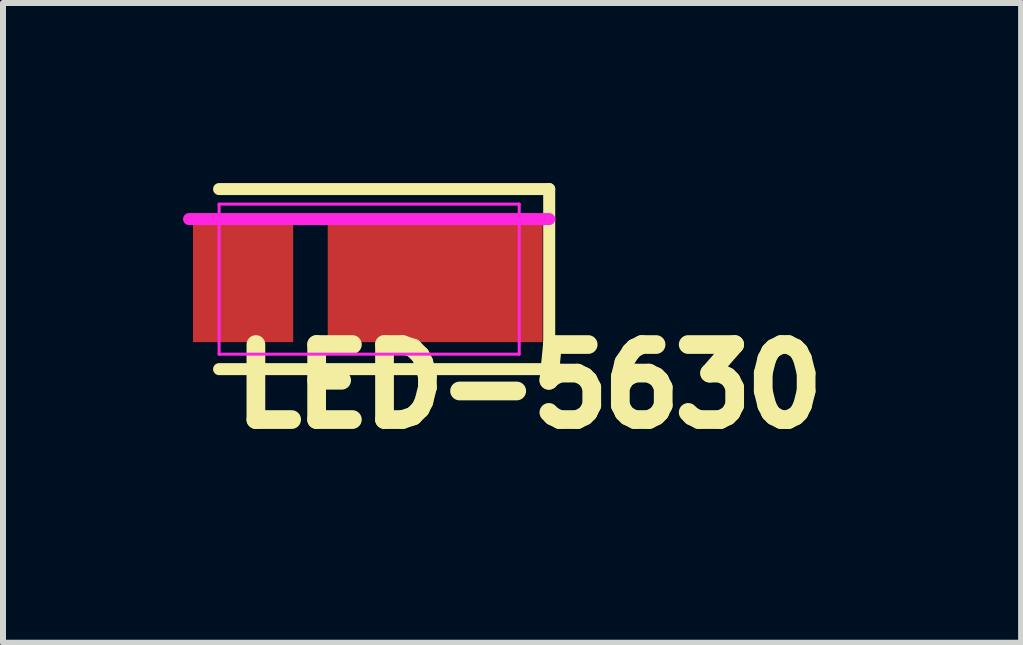
<source format=kicad_pcb>
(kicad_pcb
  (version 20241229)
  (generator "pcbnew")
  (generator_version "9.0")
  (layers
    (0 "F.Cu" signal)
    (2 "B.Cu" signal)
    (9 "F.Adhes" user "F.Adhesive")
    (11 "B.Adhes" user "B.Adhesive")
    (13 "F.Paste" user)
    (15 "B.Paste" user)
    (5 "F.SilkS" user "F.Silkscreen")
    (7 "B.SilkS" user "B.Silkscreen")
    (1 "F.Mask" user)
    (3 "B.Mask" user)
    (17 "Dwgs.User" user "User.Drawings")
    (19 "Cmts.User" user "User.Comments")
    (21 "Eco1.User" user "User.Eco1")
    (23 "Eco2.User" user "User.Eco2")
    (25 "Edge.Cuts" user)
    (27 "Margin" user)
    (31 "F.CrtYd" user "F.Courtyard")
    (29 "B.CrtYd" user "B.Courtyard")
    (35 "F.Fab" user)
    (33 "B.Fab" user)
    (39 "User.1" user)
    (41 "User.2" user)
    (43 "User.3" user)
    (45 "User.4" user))
  (footprint "LED-5630"
    (layer "F.Cu")
    (at 3.1 1.6)
    (property "Reference" "LED-5630" (at 2.667 1.778 0) (layer "F.SilkS") (effects (font (size 1.25 1.25) (thickness 0.312))))
    (attr smd)
    (fp_line (start -2.5 -1.5) (end 3 -1.5) (stroke (width 0.2) (type solid)) (layer "F.SilkS"))
    (fp_line (start 3 -1.5) (end 3 1.5) (stroke (width 0.2) (type solid)) (layer "F.SilkS"))
    (fp_line (start 3 1.5) (end -2.5 1.5) (stroke (width 0.2) (type solid)) (layer "F.SilkS"))
    (fp_line (start -2.5 -1.25) (end -2.5 1.25) (stroke (width 0.05) (type solid)) (layer "F.CrtYd"))
    (fp_line (start -2.5 1.25) (end 2.5 1.25) (stroke (width 0.05) (type solid)) (layer "F.CrtYd"))
    (fp_line (start 2.5 -1.25) (end -2.5 -1.25) (stroke (width 0.05) (type solid)) (layer "F.CrtYd"))
    (fp_line (start 2.5 1.25) (end 2.5 -1.25) (stroke (width 0.05) (type solid)) (layer "F.CrtYd"))
    (fp_line (start 3 -1) (end -3 -1) (stroke (width 0.2) (type solid)) (layer "F.CrtYd"))
    (pad "1" smd rect (at 1.1 0 180) (size 3.58 2.1) (layers "F.Cu" "F.Mask" "F.Paste"))
    (pad "2" smd rect (at -2.1 0 180) (size 1.67 2.1) (layers "F.Cu" "F.Mask" "F.Paste")))
  (gr_rect
    (start -3 -3)
    (end 13.962 7.658)
    (stroke (width 0.1) (type default))
    (fill no)
    (layer "Edge.Cuts")))
</source>
